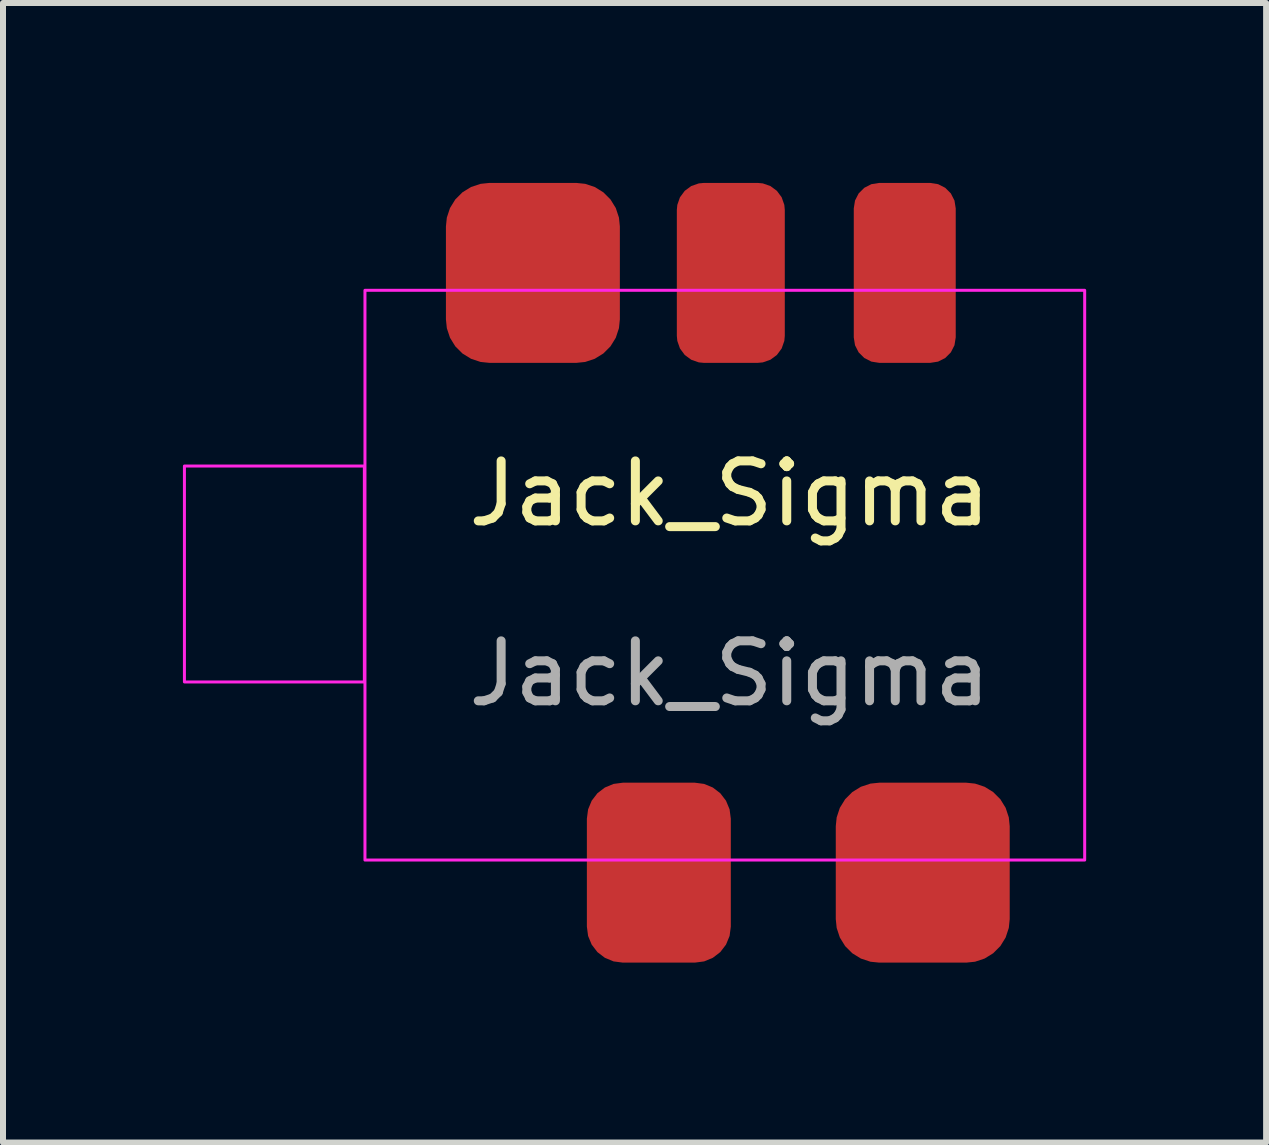
<source format=kicad_pcb>
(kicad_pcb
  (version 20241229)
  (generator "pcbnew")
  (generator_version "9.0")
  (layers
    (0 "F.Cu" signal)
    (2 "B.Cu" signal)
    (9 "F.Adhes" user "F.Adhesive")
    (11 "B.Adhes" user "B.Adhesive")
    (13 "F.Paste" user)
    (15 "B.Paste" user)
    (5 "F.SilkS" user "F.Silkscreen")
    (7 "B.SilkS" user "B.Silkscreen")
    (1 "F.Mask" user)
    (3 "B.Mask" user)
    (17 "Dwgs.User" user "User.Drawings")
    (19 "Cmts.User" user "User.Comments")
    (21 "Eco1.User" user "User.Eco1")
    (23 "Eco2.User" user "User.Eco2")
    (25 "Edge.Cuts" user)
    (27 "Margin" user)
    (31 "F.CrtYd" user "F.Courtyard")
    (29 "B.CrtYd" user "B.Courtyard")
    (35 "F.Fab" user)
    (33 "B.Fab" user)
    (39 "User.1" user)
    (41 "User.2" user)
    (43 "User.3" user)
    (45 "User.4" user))
  (footprint "Jack_Sigma"
    (layer "F.Cu")
    (at 9.195 6.5)
    (property "Reference" "Jack_Sigma" (at -0.08 -1.32 0) (unlocked yes) (layer "F.SilkS") (effects (font (size 1 1) (thickness 0.15))))
    (attr smd)
    (fp_rect (start -9.17 -1.78) (end -6.17 1.82) (stroke (width 0.05) (type solid)) (fill no) (layer "F.CrtYd"))
    (fp_rect (start -6.16 -4.71) (end 5.84 4.79) (stroke (width 0.05) (type solid)) (fill no) (layer "F.CrtYd"))
    (fp_text user "${REFERENCE}" (at -0.08 1.68 0) (unlocked yes) (layer "F.Fab") (effects (font (size 1 1) (thickness 0.15))))
    (pad "1" smd roundrect (at -3.36 -5 90) (size 3 2.9) (layers "F.Cu" "F.Mask" "F.Paste") (roundrect_rratio 0.25))
    (pad "2" smd roundrect (at 3.14 5 90) (size 3 2.9) (layers "F.Cu" "F.Mask" "F.Paste") (roundrect_rratio 0.25))
    (pad "3" smd roundrect (at 2.84 -5 90) (size 3 1.7) (layers "F.Cu" "F.Mask" "F.Paste") (roundrect_rratio 0.25))
    (pad "4" smd roundrect (at -1.26 5 90) (size 3 2.4) (layers "F.Cu" "F.Mask" "F.Paste") (roundrect_rratio 0.25))
    (pad "5" smd roundrect (at -0.06 -5 90) (size 3 1.8) (layers "F.Cu" "F.Mask" "F.Paste") (roundrect_rratio 0.25)))
  (gr_rect
    (start -3 -3)
    (end 18.06 16)
    (stroke (width 0.1) (type default))
    (fill no)
    (layer "Edge.Cuts")))
</source>
